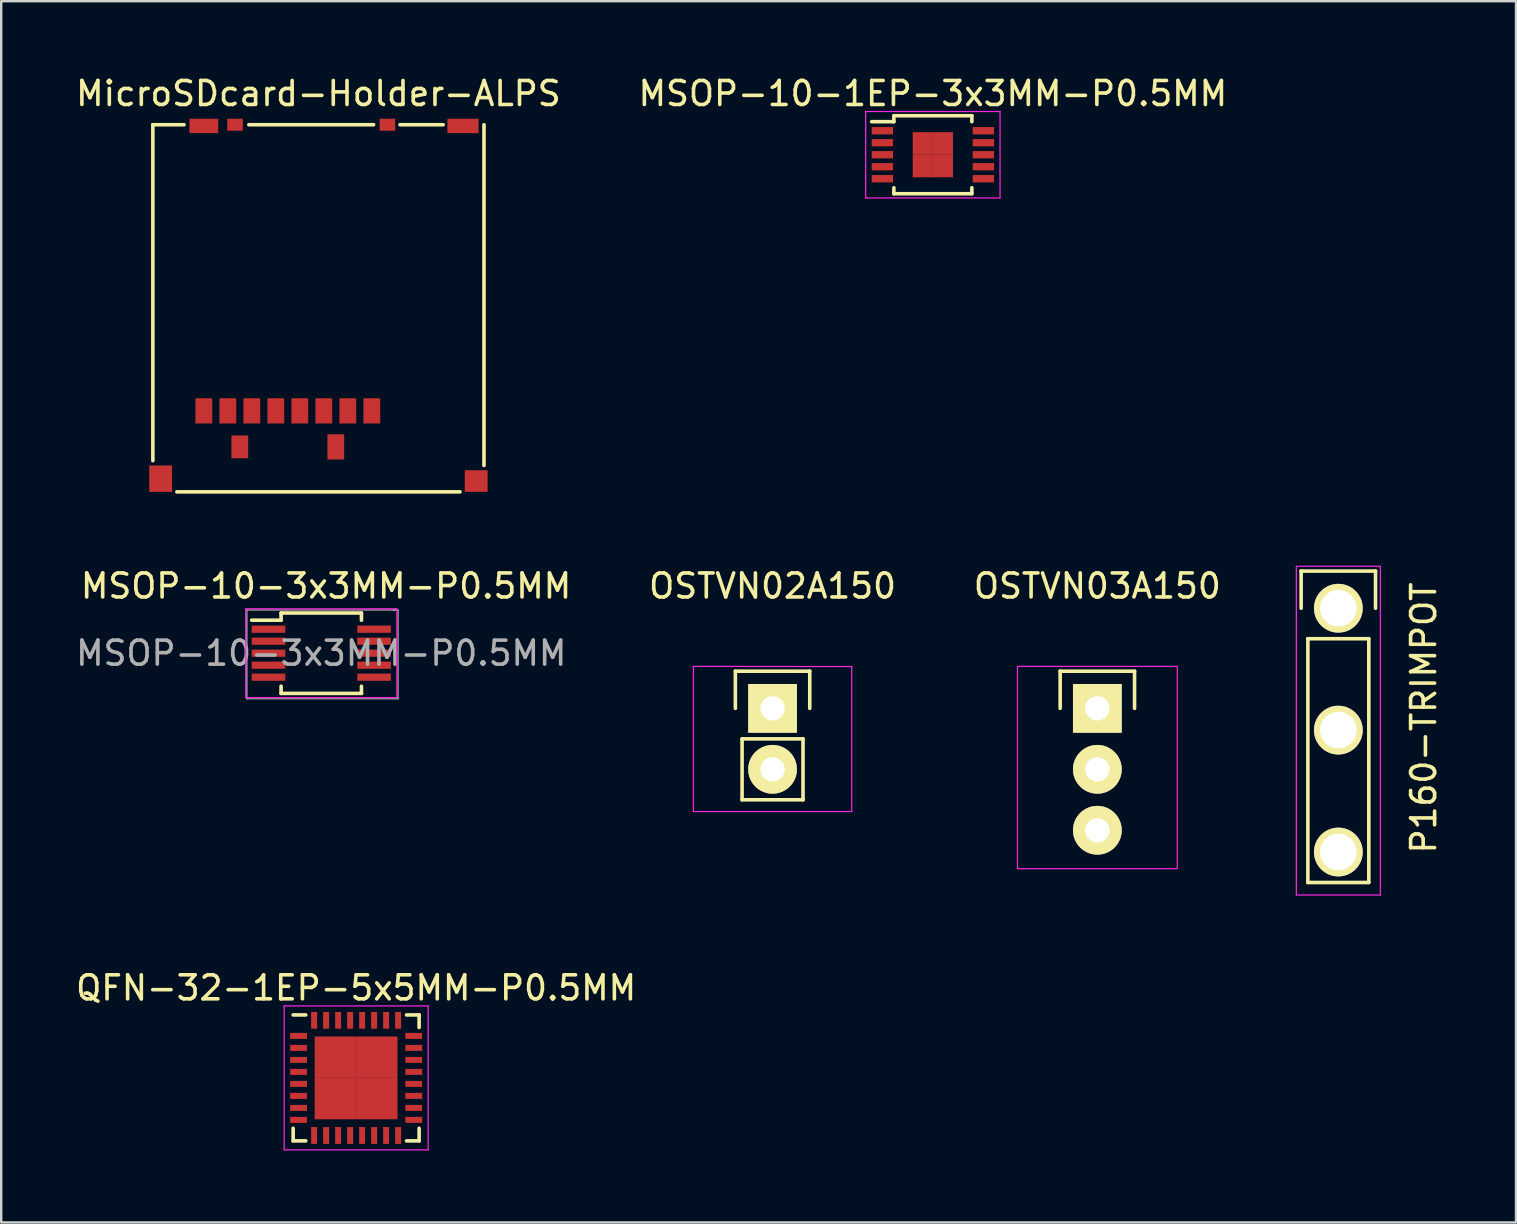
<source format=kicad_pcb>
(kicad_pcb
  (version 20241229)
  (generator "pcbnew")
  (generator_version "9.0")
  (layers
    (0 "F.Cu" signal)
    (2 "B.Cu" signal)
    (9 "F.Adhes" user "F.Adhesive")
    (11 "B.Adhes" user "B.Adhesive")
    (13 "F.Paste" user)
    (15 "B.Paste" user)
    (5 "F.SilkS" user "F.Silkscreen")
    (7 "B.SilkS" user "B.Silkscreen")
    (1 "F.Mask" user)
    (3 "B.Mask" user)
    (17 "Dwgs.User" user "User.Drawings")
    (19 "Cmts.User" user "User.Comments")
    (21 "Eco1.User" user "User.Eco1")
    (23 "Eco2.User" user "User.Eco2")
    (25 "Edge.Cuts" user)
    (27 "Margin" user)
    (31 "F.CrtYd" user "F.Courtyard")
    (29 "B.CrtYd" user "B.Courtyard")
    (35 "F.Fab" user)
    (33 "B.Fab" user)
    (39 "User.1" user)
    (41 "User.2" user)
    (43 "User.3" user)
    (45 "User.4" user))
  (footprint "MSOP-10-3x3MM-P0.5MM"
    (layer "F.Cu")
    (at 10.339 24.172)
    (property "Reference" "MSOP-10-3x3MM-P0.5MM" (at 0 0 0) (layer "F.Fab") (effects (font (size 1 1) (thickness 0.15))))
    (attr smd)
    (fp_line (start -1.675 -1.675) (end -1.675 -1.375) (stroke (width 0.15) (type solid)) (layer "F.SilkS"))
    (fp_line (start -1.675 -1.675) (end 1.675 -1.675) (stroke (width 0.15) (type solid)) (layer "F.SilkS"))
    (fp_line (start -1.675 -1.375) (end -2.9 -1.375) (stroke (width 0.15) (type solid)) (layer "F.SilkS"))
    (fp_line (start -1.675 1.675) (end -1.675 1.375) (stroke (width 0.15) (type solid)) (layer "F.SilkS"))
    (fp_line (start -1.675 1.675) (end 1.675 1.675) (stroke (width 0.15) (type solid)) (layer "F.SilkS"))
    (fp_line (start 1.675 -1.675) (end 1.675 -1.375) (stroke (width 0.15) (type solid)) (layer "F.SilkS"))
    (fp_line (start 1.675 1.675) (end 1.675 1.375) (stroke (width 0.15) (type solid)) (layer "F.SilkS"))
    (fp_line (start -3.15 -1.85) (end -3.15 1.85) (stroke (width 0.05) (type solid)) (layer "F.CrtYd"))
    (fp_line (start -3.15 -1.85) (end 3.15 -1.85) (stroke (width 0.05) (type solid)) (layer "F.CrtYd"))
    (fp_line (start -3.15 1.85) (end 3.15 1.85) (stroke (width 0.05) (type solid)) (layer "F.CrtYd"))
    (fp_line (start 3.15 -1.85) (end 3.15 1.85) (stroke (width 0.05) (type solid)) (layer "F.CrtYd"))
    (fp_line (start -3.1 -1.8) (end -3.1 1.9) (stroke (width 0.051) (type solid)) (layer "F.Fab"))
    (fp_line (start -3.1 1.9) (end 3.2 1.9) (stroke (width 0.051) (type solid)) (layer "F.Fab"))
    (fp_line (start 3.1 -1.8) (end -3.1 -1.8) (stroke (width 0.051) (type solid)) (layer "F.Fab"))
    (fp_line (start 3.2 -1.8) (end 3 -1.8) (stroke (width 0.051) (type solid)) (layer "F.Fab"))
    (fp_line (start 3.2 1.9) (end 3.2 -1.8) (stroke (width 0.051) (type solid)) (layer "F.Fab"))
    (fp_text user "${REFERENCE}" (at 0.2 -2.8 0) (layer "F.SilkS") (effects (font (size 1 1) (thickness 0.15))))
    (pad "1" smd rect (at -2.2 -1) (size 1.4 0.3) (layers "F.Cu" "F.Mask" "F.Paste"))
    (pad "2" smd rect (at -2.2 -0.5) (size 1.4 0.3) (layers "F.Cu" "F.Mask" "F.Paste"))
    (pad "3" smd rect (at -2.2 0) (size 1.4 0.3) (layers "F.Cu" "F.Mask" "F.Paste"))
    (pad "4" smd rect (at -2.2 0.5) (size 1.4 0.3) (layers "F.Cu" "F.Mask" "F.Paste"))
    (pad "5" smd rect (at -2.2 1) (size 1.4 0.3) (layers "F.Cu" "F.Mask" "F.Paste"))
    (pad "6" smd rect (at 2.2 1) (size 1.4 0.3) (layers "F.Cu" "F.Mask" "F.Paste"))
    (pad "7" smd rect (at 2.2 0.5) (size 1.4 0.3) (layers "F.Cu" "F.Mask" "F.Paste"))
    (pad "8" smd rect (at 2.2 0) (size 1.4 0.3) (layers "F.Cu" "F.Mask" "F.Paste"))
    (pad "9" smd rect (at 2.2 -0.5) (size 1.4 0.3) (layers "F.Cu" "F.Mask" "F.Paste"))
    (pad "10" smd rect (at 2.2 -1) (size 1.4 0.3) (layers "F.Cu" "F.Mask" "F.Paste")))
  (footprint "MicroSDcard-Holder-ALPS"
    (layer "F.Cu")
    (at 10.22 2.148)
    (property "Reference" "MicroSDcard-Holder-ALPS" (at 0 -1.3 0) (layer "F.SilkS") (effects (font (size 1 1) (thickness 0.15))))
    (attr through_hole)
    (fp_line (start -6.9 0) (end -5.6 0) (stroke (width 0.15) (type solid)) (layer "F.SilkS"))
    (fp_line (start -6.9 14) (end -6.9 0) (stroke (width 0.15) (type solid)) (layer "F.SilkS"))
    (fp_line (start -2.9 0) (end 2.3 0) (stroke (width 0.15) (type solid)) (layer "F.SilkS"))
    (fp_line (start 3.4 0) (end 5.2 0) (stroke (width 0.15) (type solid)) (layer "F.SilkS"))
    (fp_line (start 5.9 15.3) (end -5.9 15.3) (stroke (width 0.15) (type solid)) (layer "F.SilkS"))
    (fp_line (start 6.9 14.2) (end 6.9 0) (stroke (width 0.15) (type solid)) (layer "F.SilkS"))
    (pad "1" smd rect (at 2.225 11.925) (size 0.7 1.05) (layers "F.Cu" "F.Mask" "F.Paste"))
    (pad "2" smd rect (at 1.225 11.925) (size 0.7 1.05) (layers "F.Cu" "F.Mask" "F.Paste"))
    (pad "3" smd rect (at 0.225 11.925) (size 0.7 1.05) (layers "F.Cu" "F.Mask" "F.Paste"))
    (pad "4" smd rect (at -0.775 11.925) (size 0.7 1.05) (layers "F.Cu" "F.Mask" "F.Paste"))
    (pad "5" smd rect (at -1.775 11.925) (size 0.7 1.05) (layers "F.Cu" "F.Mask" "F.Paste"))
    (pad "6" smd rect (at -2.775 11.925) (size 0.7 1.05) (layers "F.Cu" "F.Mask" "F.Paste"))
    (pad "7" smd rect (at -3.775 11.925) (size 0.7 1.05) (layers "F.Cu" "F.Mask" "F.Paste"))
    (pad "8" smd rect (at -4.775 11.925) (size 0.7 1.05) (layers "F.Cu" "F.Mask" "F.Paste"))
    (pad "SHLD" smd rect (at -6.575 14.75) (size 0.95 1.1) (layers "F.Cu" "F.Mask" "F.Paste"))
    (pad "SHLD" smd rect (at -4.775 0.05) (size 1.2 0.6) (layers "F.Cu" "F.Mask" "F.Paste"))
    (pad "SHLD" smd rect (at -3.475 0) (size 0.65 0.5) (layers "F.Cu" "F.Mask" "F.Paste"))
    (pad "SHLD" smd rect (at -3.275 13.425) (size 0.7 0.95) (layers "F.Cu" "F.Mask" "F.Paste"))
    (pad "SHLD" smd rect (at 0.725 13.425) (size 0.7 1.05) (layers "F.Cu" "F.Mask" "F.Paste"))
    (pad "SHLD" smd rect (at 2.875 0) (size 0.65 0.5) (layers "F.Cu" "F.Mask" "F.Paste"))
    (pad "SHLD" smd rect (at 6.025 0.05) (size 1.3 0.6) (layers "F.Cu" "F.Mask" "F.Paste"))
    (pad "SHLD" smd rect (at 6.575 14.85) (size 0.95 0.9) (layers "F.Cu" "F.Mask" "F.Paste")))
  (footprint "MSOP-10-1EP-3x3MM-P0.5MM"
    (layer "F.Cu")
    (at 35.827 3.398)
    (property "Reference" "MSOP-10-1EP-3x3MM-P0.5MM" (at 0 -2.55 0) (layer "F.SilkS") (effects (font (size 1 1) (thickness 0.15))))
    (attr smd)
    (fp_line (start -1.625 -1.625) (end -1.625 -1.377) (stroke (width 0.15) (type solid)) (layer "F.SilkS"))
    (fp_line (start -1.625 -1.625) (end 1.625 -1.625) (stroke (width 0.15) (type solid)) (layer "F.SilkS"))
    (fp_line (start -1.625 -1.377) (end -2.55 -1.377) (stroke (width 0.15) (type solid)) (layer "F.SilkS"))
    (fp_line (start -1.625 1.625) (end -1.625 1.377) (stroke (width 0.15) (type solid)) (layer "F.SilkS"))
    (fp_line (start -1.625 1.625) (end 1.625 1.625) (stroke (width 0.15) (type solid)) (layer "F.SilkS"))
    (fp_line (start 1.625 -1.625) (end 1.625 -1.377) (stroke (width 0.15) (type solid)) (layer "F.SilkS"))
    (fp_line (start 1.625 1.625) (end 1.625 1.377) (stroke (width 0.15) (type solid)) (layer "F.SilkS"))
    (fp_line (start -2.8 -1.8) (end -2.8 1.8) (stroke (width 0.05) (type solid)) (layer "F.CrtYd"))
    (fp_line (start -2.8 -1.8) (end 2.8 -1.8) (stroke (width 0.05) (type solid)) (layer "F.CrtYd"))
    (fp_line (start -2.8 1.8) (end 2.8 1.8) (stroke (width 0.05) (type solid)) (layer "F.CrtYd"))
    (fp_line (start 2.8 -1.8) (end 2.8 1.8) (stroke (width 0.05) (type solid)) (layer "F.CrtYd"))
    (pad "1" smd rect (at -2.105 -1) (size 0.89 0.305) (layers "F.Cu" "F.Mask" "F.Paste"))
    (pad "2" smd rect (at -2.105 -0.5) (size 0.89 0.305) (layers "F.Cu" "F.Mask" "F.Paste"))
    (pad "3" smd rect (at -2.105 0) (size 0.89 0.305) (layers "F.Cu" "F.Mask" "F.Paste"))
    (pad "4" smd rect (at -2.105 0.5) (size 0.89 0.305) (layers "F.Cu" "F.Mask" "F.Paste"))
    (pad "5" smd rect (at -2.105 1) (size 0.89 0.305) (layers "F.Cu" "F.Mask" "F.Paste"))
    (pad "6" smd rect (at 2.105 1) (size 0.89 0.305) (layers "F.Cu" "F.Mask" "F.Paste"))
    (pad "7" smd rect (at 2.105 0.5) (size 0.89 0.305) (layers "F.Cu" "F.Mask" "F.Paste"))
    (pad "8" smd rect (at 2.105 0) (size 0.89 0.305) (layers "F.Cu" "F.Mask" "F.Paste"))
    (pad "9" smd rect (at 2.105 -0.5) (size 0.89 0.305) (layers "F.Cu" "F.Mask" "F.Paste"))
    (pad "10" smd rect (at 2.105 -1) (size 0.89 0.305) (layers "F.Cu" "F.Mask" "F.Paste"))
    (pad "11" smd rect (at -0.42 -0.47) (size 0.84 0.94) (layers "F.Cu" "F.Mask" "F.Paste"))
    (pad "11" smd rect (at -0.42 0.47) (size 0.84 0.94) (layers "F.Cu" "F.Mask" "F.Paste"))
    (pad "11" smd rect (at 0.42 -0.47) (size 0.84 0.94) (layers "F.Cu" "F.Mask" "F.Paste"))
    (pad "11" smd rect (at 0.42 0.47) (size 0.84 0.94) (layers "F.Cu" "F.Mask" "F.Paste")))
  (footprint "OSTVN03A150"
    (layer "F.Cu")
    (at 42.682 26.471)
    (property "Reference" "OSTVN03A150" (at 0 -5.1 0) (layer "F.SilkS") (effects (font (size 1 1) (thickness 0.15))))
    (attr through_hole)
    (fp_line (start -1.55 -1.55) (end 1.55 -1.55) (stroke (width 0.15) (type solid)) (layer "F.SilkS"))
    (fp_line (start -1.55 0) (end -1.55 -1.55) (stroke (width 0.15) (type solid)) (layer "F.SilkS"))
    (fp_line (start 1.55 -1.55) (end 1.55 0) (stroke (width 0.15) (type solid)) (layer "F.SilkS"))
    (fp_line (start -3.33 -1.75) (end -3.33 6.68) (stroke (width 0.05) (type solid)) (layer "F.CrtYd"))
    (fp_line (start -3.3 -1.75) (end 3.3 -1.75) (stroke (width 0.05) (type solid)) (layer "F.CrtYd"))
    (fp_line (start -3.3 6.68) (end 3.3 6.68) (stroke (width 0.05) (type solid)) (layer "F.CrtYd"))
    (fp_line (start 3.33 -1.75) (end 3.33 6.68) (stroke (width 0.05) (type solid)) (layer "F.CrtYd"))
    (pad "1" thru_hole rect (at 0 0) (size 2.032 2.032) (drill 1.016) (layers "*.Cu" "*.Mask" "F.SilkS"))
    (pad "2" thru_hole oval (at 0 2.54) (size 2.032 2.032) (drill 1.016) (layers "*.Cu" "*.Mask" "F.SilkS"))
    (pad "3" thru_hole oval (at 0 5.08) (size 2.032 2.032) (drill 1.016) (layers "*.Cu" "*.Mask" "F.SilkS")))
  (footprint "QFN-32-1EP-5x5MM-P0.5MM"
    (layer "F.Cu")
    (at 11.792 41.871)
    (property "Reference" "QFN-32-1EP-5x5MM-P0.5MM" (at 0 -3.75 0) (layer "F.SilkS") (effects (font (size 1 1) (thickness 0.15))))
    (attr smd)
    (fp_line (start -2.625 -2.625) (end -2.1 -2.625) (stroke (width 0.15) (type solid)) (layer "F.SilkS"))
    (fp_line (start -2.625 2.625) (end -2.625 2.1) (stroke (width 0.15) (type solid)) (layer "F.SilkS"))
    (fp_line (start -2.625 2.625) (end -2.1 2.625) (stroke (width 0.15) (type solid)) (layer "F.SilkS"))
    (fp_line (start 2.625 -2.625) (end 2.1 -2.625) (stroke (width 0.15) (type solid)) (layer "F.SilkS"))
    (fp_line (start 2.625 -2.625) (end 2.625 -2.1) (stroke (width 0.15) (type solid)) (layer "F.SilkS"))
    (fp_line (start 2.625 2.625) (end 2.1 2.625) (stroke (width 0.15) (type solid)) (layer "F.SilkS"))
    (fp_line (start 2.625 2.625) (end 2.625 2.1) (stroke (width 0.15) (type solid)) (layer "F.SilkS"))
    (fp_line (start -3 -3) (end -3 3) (stroke (width 0.05) (type solid)) (layer "F.CrtYd"))
    (fp_line (start -3 -3) (end 3 -3) (stroke (width 0.05) (type solid)) (layer "F.CrtYd"))
    (fp_line (start -3 3) (end 3 3) (stroke (width 0.05) (type solid)) (layer "F.CrtYd"))
    (fp_line (start 3 -3) (end 3 3) (stroke (width 0.05) (type solid)) (layer "F.CrtYd"))
    (pad "1" smd rect (at -2.4 -1.75) (size 0.7 0.25) (layers "F.Cu" "F.Mask" "F.Paste"))
    (pad "2" smd rect (at -2.4 -1.25) (size 0.7 0.25) (layers "F.Cu" "F.Mask" "F.Paste"))
    (pad "3" smd rect (at -2.4 -0.75) (size 0.7 0.25) (layers "F.Cu" "F.Mask" "F.Paste"))
    (pad "4" smd rect (at -2.4 -0.25) (size 0.7 0.25) (layers "F.Cu" "F.Mask" "F.Paste"))
    (pad "5" smd rect (at -2.4 0.25) (size 0.7 0.25) (layers "F.Cu" "F.Mask" "F.Paste"))
    (pad "6" smd rect (at -2.4 0.75) (size 0.7 0.25) (layers "F.Cu" "F.Mask" "F.Paste"))
    (pad "7" smd rect (at -2.4 1.25) (size 0.7 0.25) (layers "F.Cu" "F.Mask" "F.Paste"))
    (pad "8" smd rect (at -2.4 1.75) (size 0.7 0.25) (layers "F.Cu" "F.Mask" "F.Paste"))
    (pad "9" smd rect (at -1.75 2.4 90) (size 0.7 0.25) (layers "F.Cu" "F.Mask" "F.Paste"))
    (pad "10" smd rect (at -1.25 2.4 90) (size 0.7 0.25) (layers "F.Cu" "F.Mask" "F.Paste"))
    (pad "11" smd rect (at -0.75 2.4 90) (size 0.7 0.25) (layers "F.Cu" "F.Mask" "F.Paste"))
    (pad "12" smd rect (at -0.25 2.4 90) (size 0.7 0.25) (layers "F.Cu" "F.Mask" "F.Paste"))
    (pad "13" smd rect (at 0.25 2.4 90) (size 0.7 0.25) (layers "F.Cu" "F.Mask" "F.Paste"))
    (pad "14" smd rect (at 0.75 2.4 90) (size 0.7 0.25) (layers "F.Cu" "F.Mask" "F.Paste"))
    (pad "15" smd rect (at 1.25 2.4 90) (size 0.7 0.25) (layers "F.Cu" "F.Mask" "F.Paste"))
    (pad "16" smd rect (at 1.75 2.4 90) (size 0.7 0.25) (layers "F.Cu" "F.Mask" "F.Paste"))
    (pad "17" smd rect (at 2.4 1.75) (size 0.7 0.25) (layers "F.Cu" "F.Mask" "F.Paste"))
    (pad "18" smd rect (at 2.4 1.25) (size 0.7 0.25) (layers "F.Cu" "F.Mask" "F.Paste"))
    (pad "19" smd rect (at 2.4 0.75) (size 0.7 0.25) (layers "F.Cu" "F.Mask" "F.Paste"))
    (pad "20" smd rect (at 2.4 0.25) (size 0.7 0.25) (layers "F.Cu" "F.Mask" "F.Paste"))
    (pad "21" smd rect (at 2.4 -0.25) (size 0.7 0.25) (layers "F.Cu" "F.Mask" "F.Paste"))
    (pad "22" smd rect (at 2.4 -0.75) (size 0.7 0.25) (layers "F.Cu" "F.Mask" "F.Paste"))
    (pad "23" smd rect (at 2.4 -1.25) (size 0.7 0.25) (layers "F.Cu" "F.Mask" "F.Paste"))
    (pad "24" smd rect (at 2.4 -1.75) (size 0.7 0.25) (layers "F.Cu" "F.Mask" "F.Paste"))
    (pad "25" smd rect (at 1.75 -2.4 90) (size 0.7 0.25) (layers "F.Cu" "F.Mask" "F.Paste"))
    (pad "26" smd rect (at 1.25 -2.4 90) (size 0.7 0.25) (layers "F.Cu" "F.Mask" "F.Paste"))
    (pad "27" smd rect (at 0.75 -2.4 90) (size 0.7 0.25) (layers "F.Cu" "F.Mask" "F.Paste"))
    (pad "28" smd rect (at 0.25 -2.4 90) (size 0.7 0.25) (layers "F.Cu" "F.Mask" "F.Paste"))
    (pad "29" smd rect (at -0.25 -2.4 90) (size 0.7 0.25) (layers "F.Cu" "F.Mask" "F.Paste"))
    (pad "30" smd rect (at -0.75 -2.4 90) (size 0.7 0.25) (layers "F.Cu" "F.Mask" "F.Paste"))
    (pad "31" smd rect (at -1.25 -2.4 90) (size 0.7 0.25) (layers "F.Cu" "F.Mask" "F.Paste"))
    (pad "32" smd rect (at -1.75 -2.4 90) (size 0.7 0.25) (layers "F.Cu" "F.Mask" "F.Paste"))
    (pad "33" smd rect (at -0.863 -0.863) (size 1.725 1.725) (layers "F.Cu" "F.Mask" "F.Paste"))
    (pad "33" smd rect (at -0.863 0.863) (size 1.725 1.725) (layers "F.Cu" "F.Mask" "F.Paste"))
    (pad "33" smd rect (at 0.863 -0.863) (size 1.725 1.725) (layers "F.Cu" "F.Mask" "F.Paste"))
    (pad "33" smd rect (at 0.863 0.863) (size 1.725 1.725) (layers "F.Cu" "F.Mask" "F.Paste")))
  (footprint "P160-TRIMPOT"
    (layer "F.Cu")
    (at 52.725 22.298)
    (property "Reference" "P160-TRIMPOT" (at 3.556 4.572 90) (layer "F.SilkS") (effects (font (size 1 1) (thickness 0.15))))
    (attr through_hole)
    (fp_line (start -1.55 -1.55) (end 1.55 -1.55) (stroke (width 0.15) (type solid)) (layer "F.SilkS"))
    (fp_line (start -1.55 0) (end -1.55 -1.55) (stroke (width 0.15) (type solid)) (layer "F.SilkS"))
    (fp_line (start -1.27 11.43) (end -1.27 1.27) (stroke (width 0.15) (type solid)) (layer "F.SilkS"))
    (fp_line (start 1.27 1.27) (end -1.27 1.27) (stroke (width 0.15) (type solid)) (layer "F.SilkS"))
    (fp_line (start 1.27 1.27) (end 1.27 11.43) (stroke (width 0.15) (type solid)) (layer "F.SilkS"))
    (fp_line (start 1.27 11.43) (end -1.27 11.43) (stroke (width 0.15) (type solid)) (layer "F.SilkS"))
    (fp_line (start 1.55 -1.55) (end 1.55 0) (stroke (width 0.15) (type solid)) (layer "F.SilkS"))
    (fp_line (start -1.75 -1.75) (end -1.75 11.95) (stroke (width 0.05) (type solid)) (layer "F.CrtYd"))
    (fp_line (start -1.75 -1.75) (end 1.75 -1.75) (stroke (width 0.05) (type solid)) (layer "F.CrtYd"))
    (fp_line (start -1.75 11.95) (end 1.75 11.95) (stroke (width 0.05) (type solid)) (layer "F.CrtYd"))
    (fp_line (start 1.75 -1.75) (end 1.75 11.95) (stroke (width 0.05) (type solid)) (layer "F.CrtYd"))
    (pad "1" thru_hole circle (at 0 0) (size 2.032 2.032) (drill 1.524) (layers "*.Cu" "*.Mask" "F.SilkS"))
    (pad "2" thru_hole circle (at 0 5.08) (size 2.032 2.032) (drill 1.524) (layers "*.Cu" "*.Mask" "F.SilkS"))
    (pad "3" thru_hole circle (at 0 10.16) (size 2.032 2.032) (drill 1.524) (layers "*.Cu" "*.Mask" "F.SilkS")))
  (footprint "OSTVN02A150"
    (layer "F.Cu")
    (at 29.146 26.471)
    (property "Reference" "OSTVN02A150" (at 0 -5.1 0) (layer "F.SilkS") (effects (font (size 1 1) (thickness 0.15))))
    (attr through_hole)
    (fp_line (start -1.55 -1.55) (end 1.55 -1.55) (stroke (width 0.15) (type solid)) (layer "F.SilkS"))
    (fp_line (start -1.55 0) (end -1.55 -1.55) (stroke (width 0.15) (type solid)) (layer "F.SilkS"))
    (fp_line (start -1.27 1.27) (end -1.27 3.81) (stroke (width 0.15) (type solid)) (layer "F.SilkS"))
    (fp_line (start -1.27 3.81) (end 1.27 3.81) (stroke (width 0.15) (type solid)) (layer "F.SilkS"))
    (fp_line (start 1.27 1.27) (end -1.27 1.27) (stroke (width 0.15) (type solid)) (layer "F.SilkS"))
    (fp_line (start 1.27 1.27) (end 1.27 3.81) (stroke (width 0.15) (type solid)) (layer "F.SilkS"))
    (fp_line (start 1.55 -1.55) (end 1.55 0) (stroke (width 0.15) (type solid)) (layer "F.SilkS"))
    (fp_line (start -3.3 -1.75) (end -3.3 4.3) (stroke (width 0.05) (type solid)) (layer "F.CrtYd"))
    (fp_line (start -3.3 -1.75) (end 3.3 -1.742) (stroke (width 0.05) (type solid)) (layer "F.CrtYd"))
    (fp_line (start -3.3 4.3) (end 3.3 4.3) (stroke (width 0.05) (type solid)) (layer "F.CrtYd"))
    (fp_line (start 3.3 -1.75) (end 3.3 4.3) (stroke (width 0.05) (type solid)) (layer "F.CrtYd"))
    (pad "1" thru_hole rect (at 0 0) (size 2.032 2.032) (drill 1.016) (layers "*.Cu" "*.Mask" "F.SilkS"))
    (pad "2" thru_hole oval (at 0 2.54) (size 2.032 2.032) (drill 1.016) (layers "*.Cu" "*.Mask" "F.SilkS")))
  (gr_rect
    (start -3 -3)
    (end 60.129 47.897)
    (stroke (width 0.1) (type default))
    (fill no)
    (layer "Edge.Cuts")))
</source>
